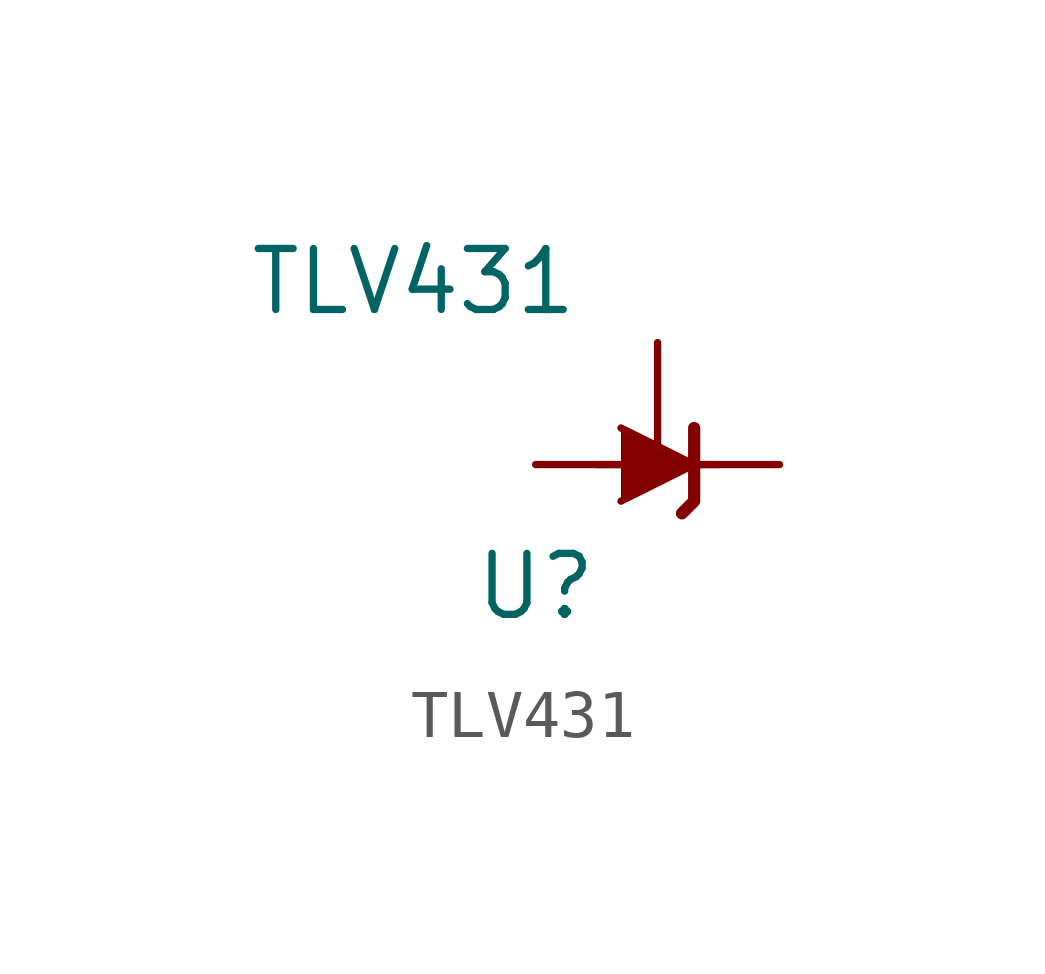
<source format=kicad_sym>
(kicad_symbol_lib
  (version 20211014)
  (generator kicad_symbol_editor)
  (symbol "TLV431"
    (pin_numbers hide)
    (pin_names hide)
    (property "Reference" "U"
      (at -2.54 -2.54 0)
      (effects (font (size 1.27 1.27))))
    (property "Value" "TLV431"
      (at -5.08 3.81 0)
      (effects (font (size 1.27 1.27))))
    (symbol "TLV431_0_1"
      (polyline (pts (xy -1.27 0) (xy 0 0) (xy 1.27 0)) (stroke (width 0) (type default) (color 0 0 0 0)) (fill (type none)))
      (polyline (pts (xy -0.762 0.762) (xy 0.762 0) (xy -0.762 -0.762)) (stroke (width 0) (type default) (color 0 0 0 0)) (fill (type outline)))
      (polyline (pts (xy 0.508 -1.016) (xy 0.762 -0.762) (xy 0.762 0.762) (xy 0.762 0.762)) (stroke (width 0.254) (type default) (color 0 0 0 0)) (fill (type none))))
    (symbol "TLV431_1_1"
      (pin passive line (at 0 2.54 270) (length 2.54) (name "REF" (effects (font (size 1.27 1.27)))) (number "1" (effects (font (size 1.27 1.27)))))
      (pin passive line (at 2.54 0 180) (length 2.54) (name "K" (effects (font (size 1.27 1.27)))) (number "2" (effects (font (size 1.27 1.27)))))
      (pin passive line (at -2.54 0 0) (length 2.54) (name "A" (effects (font (size 1.27 1.27)))) (number "3" (effects (font (size 1.27 1.27))))))))
</source>
